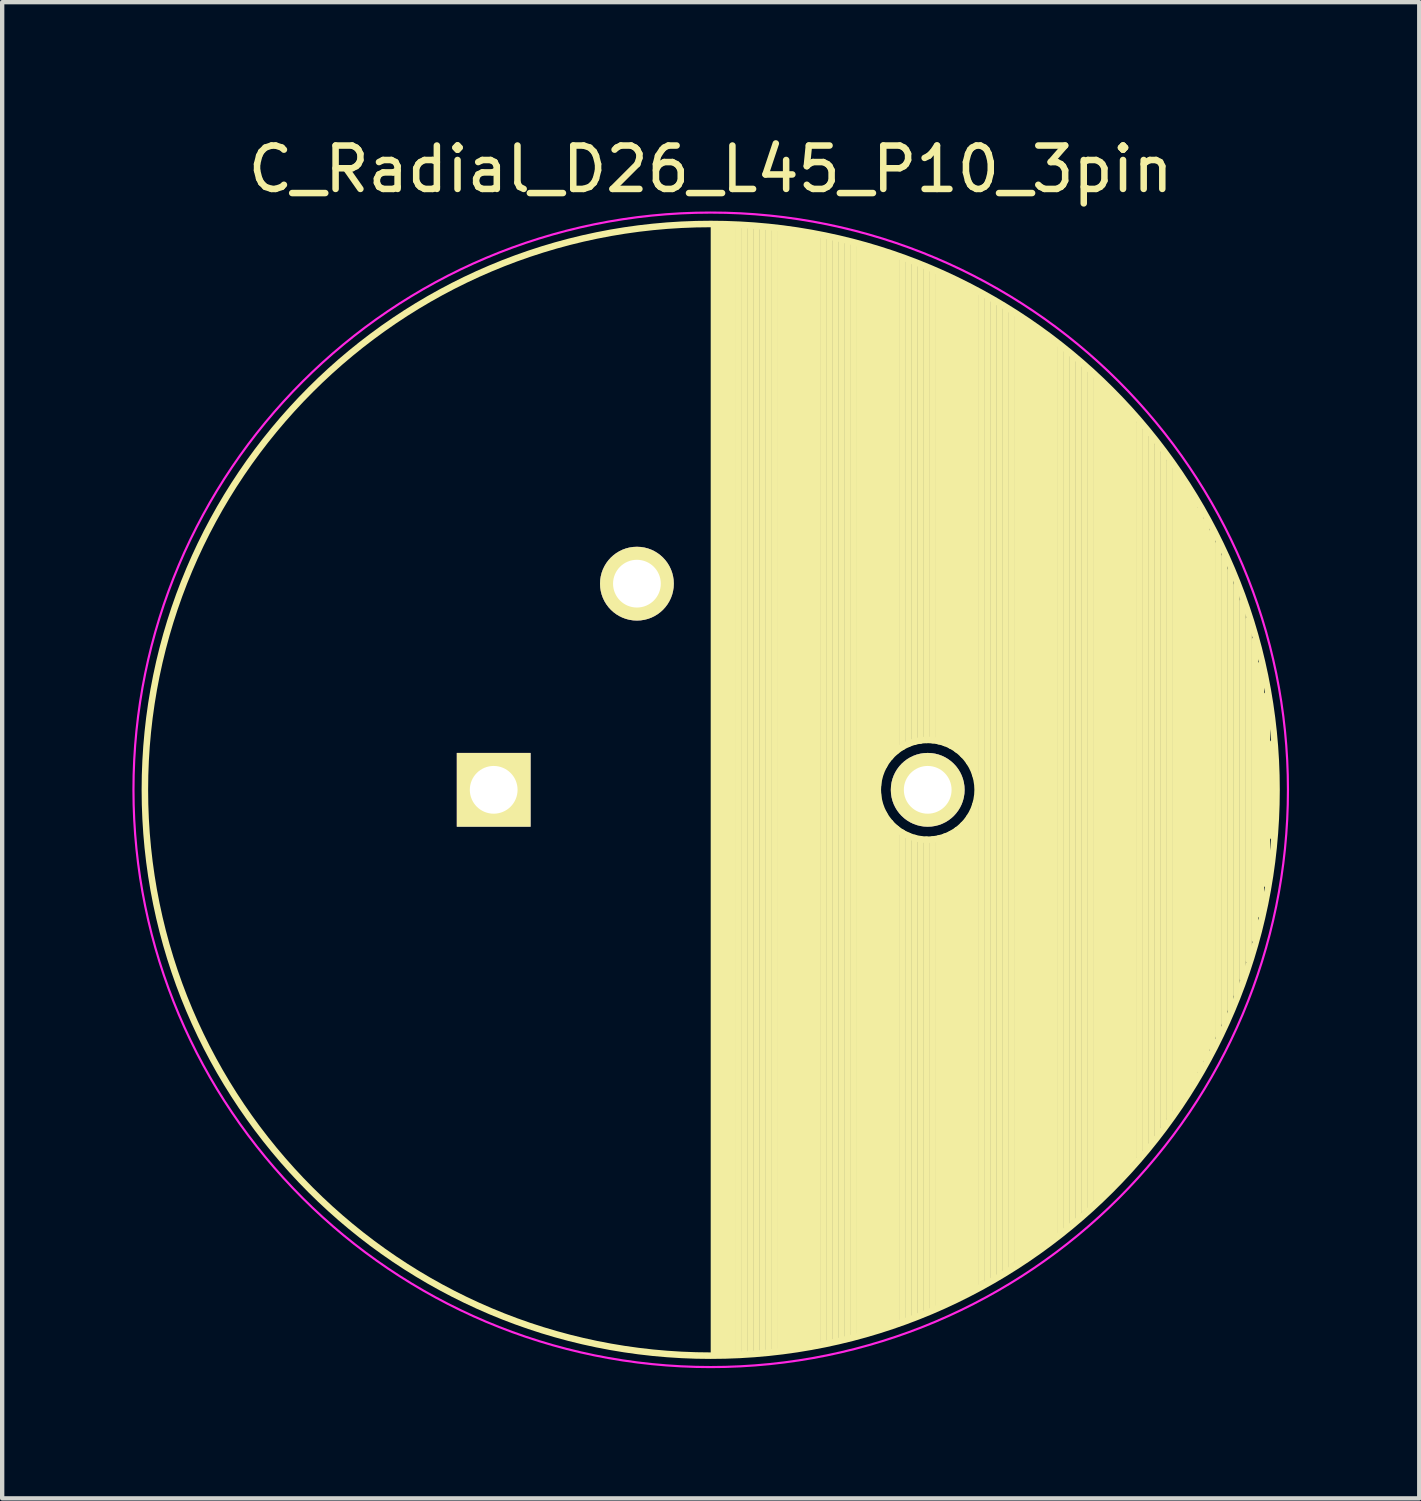
<source format=kicad_pcb>
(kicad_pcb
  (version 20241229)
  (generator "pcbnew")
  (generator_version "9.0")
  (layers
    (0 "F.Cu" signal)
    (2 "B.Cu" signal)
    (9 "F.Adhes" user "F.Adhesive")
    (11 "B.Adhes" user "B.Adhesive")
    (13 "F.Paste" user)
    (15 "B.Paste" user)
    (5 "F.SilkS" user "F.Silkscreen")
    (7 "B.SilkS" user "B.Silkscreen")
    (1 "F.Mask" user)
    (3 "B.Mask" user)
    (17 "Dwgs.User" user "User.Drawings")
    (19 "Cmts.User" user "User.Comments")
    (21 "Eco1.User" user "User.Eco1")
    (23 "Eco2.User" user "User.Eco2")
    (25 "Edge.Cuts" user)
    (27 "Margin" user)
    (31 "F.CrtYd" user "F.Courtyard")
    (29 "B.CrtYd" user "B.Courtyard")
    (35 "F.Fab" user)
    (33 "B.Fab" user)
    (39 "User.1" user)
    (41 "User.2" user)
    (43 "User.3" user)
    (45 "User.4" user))
  (footprint "C_Radial_D26_L45_P10_3pin"
    (layer "F.Cu")
    (at 8.325 15.148)
    (property "Reference" "C_Radial_D26_L45_P10_3pin" (at 5 -14.3 0) (layer "F.SilkS") (effects (font (size 1 1) (thickness 0.15))))
    (attr through_hole)
    (fp_line (start 5.075 -13) (end 5.075 13) (stroke (width 0.15) (type solid)) (layer "F.SilkS"))
    (fp_line (start 5.215 -12.998) (end 5.215 12.998) (stroke (width 0.15) (type solid)) (layer "F.SilkS"))
    (fp_line (start 5.355 -12.995) (end 5.355 12.995) (stroke (width 0.15) (type solid)) (layer "F.SilkS"))
    (fp_line (start 5.495 -12.991) (end 5.495 12.991) (stroke (width 0.15) (type solid)) (layer "F.SilkS"))
    (fp_line (start 5.635 -12.984) (end 5.635 12.984) (stroke (width 0.15) (type solid)) (layer "F.SilkS"))
    (fp_line (start 5.775 -12.977) (end 5.775 12.977) (stroke (width 0.15) (type solid)) (layer "F.SilkS"))
    (fp_line (start 5.915 -12.968) (end 5.915 12.968) (stroke (width 0.15) (type solid)) (layer "F.SilkS"))
    (fp_line (start 6.055 -12.957) (end 6.055 12.957) (stroke (width 0.15) (type solid)) (layer "F.SilkS"))
    (fp_line (start 6.195 -12.945) (end 6.195 12.945) (stroke (width 0.15) (type solid)) (layer "F.SilkS"))
    (fp_line (start 6.335 -12.931) (end 6.335 12.931) (stroke (width 0.15) (type solid)) (layer "F.SilkS"))
    (fp_line (start 6.475 -12.916) (end 6.475 12.916) (stroke (width 0.15) (type solid)) (layer "F.SilkS"))
    (fp_line (start 6.615 -12.899) (end 6.615 12.899) (stroke (width 0.15) (type solid)) (layer "F.SilkS"))
    (fp_line (start 6.755 -12.881) (end 6.755 12.881) (stroke (width 0.15) (type solid)) (layer "F.SilkS"))
    (fp_line (start 6.895 -12.861) (end 6.895 12.861) (stroke (width 0.15) (type solid)) (layer "F.SilkS"))
    (fp_line (start 7.035 -12.84) (end 7.035 12.84) (stroke (width 0.15) (type solid)) (layer "F.SilkS"))
    (fp_line (start 7.175 -12.817) (end 7.175 12.817) (stroke (width 0.15) (type solid)) (layer "F.SilkS"))
    (fp_line (start 7.315 -12.792) (end 7.315 12.792) (stroke (width 0.15) (type solid)) (layer "F.SilkS"))
    (fp_line (start 7.455 -12.766) (end 7.455 12.766) (stroke (width 0.15) (type solid)) (layer "F.SilkS"))
    (fp_line (start 7.595 -12.738) (end 7.595 12.738) (stroke (width 0.15) (type solid)) (layer "F.SilkS"))
    (fp_line (start 7.735 -12.709) (end 7.735 12.709) (stroke (width 0.15) (type solid)) (layer "F.SilkS"))
    (fp_line (start 7.875 -12.678) (end 7.875 12.678) (stroke (width 0.15) (type solid)) (layer "F.SilkS"))
    (fp_line (start 8.015 -12.646) (end 8.015 12.646) (stroke (width 0.15) (type solid)) (layer "F.SilkS"))
    (fp_line (start 8.155 -12.611) (end 8.155 12.611) (stroke (width 0.15) (type solid)) (layer "F.SilkS"))
    (fp_line (start 8.295 -12.575) (end 8.295 12.575) (stroke (width 0.15) (type solid)) (layer "F.SilkS"))
    (fp_line (start 8.435 -12.538) (end 8.435 12.538) (stroke (width 0.15) (type solid)) (layer "F.SilkS"))
    (fp_line (start 8.575 -12.499) (end 8.575 12.499) (stroke (width 0.15) (type solid)) (layer "F.SilkS"))
    (fp_line (start 8.715 -12.458) (end 8.715 12.458) (stroke (width 0.15) (type solid)) (layer "F.SilkS"))
    (fp_line (start 8.855 -12.415) (end 8.855 -0.107) (stroke (width 0.15) (type solid)) (layer "F.SilkS"))
    (fp_line (start 8.855 0.107) (end 8.855 12.415) (stroke (width 0.15) (type solid)) (layer "F.SilkS"))
    (fp_line (start 8.995 -12.371) (end 8.995 -0.559) (stroke (width 0.15) (type solid)) (layer "F.SilkS"))
    (fp_line (start 8.995 0.559) (end 8.995 12.371) (stroke (width 0.15) (type solid)) (layer "F.SilkS"))
    (fp_line (start 9.135 -12.325) (end 9.135 -0.758) (stroke (width 0.15) (type solid)) (layer "F.SilkS"))
    (fp_line (start 9.135 0.758) (end 9.135 12.325) (stroke (width 0.15) (type solid)) (layer "F.SilkS"))
    (fp_line (start 9.275 -12.277) (end 9.275 -0.893) (stroke (width 0.15) (type solid)) (layer "F.SilkS"))
    (fp_line (start 9.275 0.893) (end 9.275 12.277) (stroke (width 0.15) (type solid)) (layer "F.SilkS"))
    (fp_line (start 9.415 -12.227) (end 9.415 -0.99) (stroke (width 0.15) (type solid)) (layer "F.SilkS"))
    (fp_line (start 9.415 0.99) (end 9.415 12.227) (stroke (width 0.15) (type solid)) (layer "F.SilkS"))
    (fp_line (start 9.555 -12.176) (end 9.555 -1.06) (stroke (width 0.15) (type solid)) (layer "F.SilkS"))
    (fp_line (start 9.555 1.06) (end 9.555 12.176) (stroke (width 0.15) (type solid)) (layer "F.SilkS"))
    (fp_line (start 9.695 -12.123) (end 9.695 -1.109) (stroke (width 0.15) (type solid)) (layer "F.SilkS"))
    (fp_line (start 9.695 1.109) (end 9.695 12.123) (stroke (width 0.15) (type solid)) (layer "F.SilkS"))
    (fp_line (start 9.835 -12.067) (end 9.835 -1.138) (stroke (width 0.15) (type solid)) (layer "F.SilkS"))
    (fp_line (start 9.835 1.138) (end 9.835 12.067) (stroke (width 0.15) (type solid)) (layer "F.SilkS"))
    (fp_line (start 9.975 -12.01) (end 9.975 -1.15) (stroke (width 0.15) (type solid)) (layer "F.SilkS"))
    (fp_line (start 9.975 1.15) (end 9.975 12.01) (stroke (width 0.15) (type solid)) (layer "F.SilkS"))
    (fp_line (start 10.115 -11.951) (end 10.115 -1.144) (stroke (width 0.15) (type solid)) (layer "F.SilkS"))
    (fp_line (start 10.115 1.144) (end 10.115 11.951) (stroke (width 0.15) (type solid)) (layer "F.SilkS"))
    (fp_line (start 10.255 -11.891) (end 10.255 -1.121) (stroke (width 0.15) (type solid)) (layer "F.SilkS"))
    (fp_line (start 10.255 1.121) (end 10.255 11.891) (stroke (width 0.15) (type solid)) (layer "F.SilkS"))
    (fp_line (start 10.395 -11.828) (end 10.395 -1.08) (stroke (width 0.15) (type solid)) (layer "F.SilkS"))
    (fp_line (start 10.395 1.08) (end 10.395 11.828) (stroke (width 0.15) (type solid)) (layer "F.SilkS"))
    (fp_line (start 10.535 -11.763) (end 10.535 -1.018) (stroke (width 0.15) (type solid)) (layer "F.SilkS"))
    (fp_line (start 10.535 1.018) (end 10.535 11.763) (stroke (width 0.15) (type solid)) (layer "F.SilkS"))
    (fp_line (start 10.675 -11.696) (end 10.675 -0.931) (stroke (width 0.15) (type solid)) (layer "F.SilkS"))
    (fp_line (start 10.675 0.931) (end 10.675 11.696) (stroke (width 0.15) (type solid)) (layer "F.SilkS"))
    (fp_line (start 10.815 -11.627) (end 10.815 -0.811) (stroke (width 0.15) (type solid)) (layer "F.SilkS"))
    (fp_line (start 10.815 0.811) (end 10.815 11.627) (stroke (width 0.15) (type solid)) (layer "F.SilkS"))
    (fp_line (start 10.955 -11.556) (end 10.955 -0.641) (stroke (width 0.15) (type solid)) (layer "F.SilkS"))
    (fp_line (start 10.955 0.641) (end 10.955 11.556) (stroke (width 0.15) (type solid)) (layer "F.SilkS"))
    (fp_line (start 11.095 -11.483) (end 11.095 -0.351) (stroke (width 0.15) (type solid)) (layer "F.SilkS"))
    (fp_line (start 11.095 0.351) (end 11.095 11.483) (stroke (width 0.15) (type solid)) (layer "F.SilkS"))
    (fp_line (start 11.235 -11.407) (end 11.235 11.407) (stroke (width 0.15) (type solid)) (layer "F.SilkS"))
    (fp_line (start 11.375 -11.33) (end 11.375 11.33) (stroke (width 0.15) (type solid)) (layer "F.SilkS"))
    (fp_line (start 11.515 -11.25) (end 11.515 11.25) (stroke (width 0.15) (type solid)) (layer "F.SilkS"))
    (fp_line (start 11.655 -11.167) (end 11.655 11.167) (stroke (width 0.15) (type solid)) (layer "F.SilkS"))
    (fp_line (start 11.795 -11.083) (end 11.795 11.083) (stroke (width 0.15) (type solid)) (layer "F.SilkS"))
    (fp_line (start 11.935 -10.996) (end 11.935 10.996) (stroke (width 0.15) (type solid)) (layer "F.SilkS"))
    (fp_line (start 12.075 -10.906) (end 12.075 10.906) (stroke (width 0.15) (type solid)) (layer "F.SilkS"))
    (fp_line (start 12.215 -10.814) (end 12.215 10.814) (stroke (width 0.15) (type solid)) (layer "F.SilkS"))
    (fp_line (start 12.355 -10.719) (end 12.355 10.719) (stroke (width 0.15) (type solid)) (layer "F.SilkS"))
    (fp_line (start 12.495 -10.622) (end 12.495 10.622) (stroke (width 0.15) (type solid)) (layer "F.SilkS"))
    (fp_line (start 12.635 -10.522) (end 12.635 10.522) (stroke (width 0.15) (type solid)) (layer "F.SilkS"))
    (fp_line (start 12.775 -10.419) (end 12.775 10.419) (stroke (width 0.15) (type solid)) (layer "F.SilkS"))
    (fp_line (start 12.915 -10.313) (end 12.915 10.313) (stroke (width 0.15) (type solid)) (layer "F.SilkS"))
    (fp_line (start 13.055 -10.204) (end 13.055 10.204) (stroke (width 0.15) (type solid)) (layer "F.SilkS"))
    (fp_line (start 13.195 -10.092) (end 13.195 10.092) (stroke (width 0.15) (type solid)) (layer "F.SilkS"))
    (fp_line (start 13.335 -9.976) (end 13.335 9.976) (stroke (width 0.15) (type solid)) (layer "F.SilkS"))
    (fp_line (start 13.475 -9.858) (end 13.475 9.858) (stroke (width 0.15) (type solid)) (layer "F.SilkS"))
    (fp_line (start 13.615 -9.736) (end 13.615 9.736) (stroke (width 0.15) (type solid)) (layer "F.SilkS"))
    (fp_line (start 13.755 -9.61) (end 13.755 9.61) (stroke (width 0.15) (type solid)) (layer "F.SilkS"))
    (fp_line (start 13.895 -9.48) (end 13.895 9.48) (stroke (width 0.15) (type solid)) (layer "F.SilkS"))
    (fp_line (start 14.035 -9.347) (end 14.035 9.347) (stroke (width 0.15) (type solid)) (layer "F.SilkS"))
    (fp_line (start 14.175 -9.21) (end 14.175 9.21) (stroke (width 0.15) (type solid)) (layer "F.SilkS"))
    (fp_line (start 14.315 -9.068) (end 14.315 9.068) (stroke (width 0.15) (type solid)) (layer "F.SilkS"))
    (fp_line (start 14.455 -8.922) (end 14.455 8.922) (stroke (width 0.15) (type solid)) (layer "F.SilkS"))
    (fp_line (start 14.595 -8.771) (end 14.595 8.771) (stroke (width 0.15) (type solid)) (layer "F.SilkS"))
    (fp_line (start 14.735 -8.616) (end 14.735 8.616) (stroke (width 0.15) (type solid)) (layer "F.SilkS"))
    (fp_line (start 14.875 -8.455) (end 14.875 8.455) (stroke (width 0.15) (type solid)) (layer "F.SilkS"))
    (fp_line (start 15.015 -8.289) (end 15.015 8.289) (stroke (width 0.15) (type solid)) (layer "F.SilkS"))
    (fp_line (start 15.155 -8.116) (end 15.155 8.116) (stroke (width 0.15) (type solid)) (layer "F.SilkS"))
    (fp_line (start 15.295 -7.938) (end 15.295 7.938) (stroke (width 0.15) (type solid)) (layer "F.SilkS"))
    (fp_line (start 15.435 -7.753) (end 15.435 7.753) (stroke (width 0.15) (type solid)) (layer "F.SilkS"))
    (fp_line (start 15.575 -7.561) (end 15.575 7.561) (stroke (width 0.15) (type solid)) (layer "F.SilkS"))
    (fp_line (start 15.715 -7.361) (end 15.715 7.361) (stroke (width 0.15) (type solid)) (layer "F.SilkS"))
    (fp_line (start 15.855 -7.153) (end 15.855 7.153) (stroke (width 0.15) (type solid)) (layer "F.SilkS"))
    (fp_line (start 15.995 -6.936) (end 15.995 6.936) (stroke (width 0.15) (type solid)) (layer "F.SilkS"))
    (fp_line (start 16.135 -6.709) (end 16.135 6.709) (stroke (width 0.15) (type solid)) (layer "F.SilkS"))
    (fp_line (start 16.275 -6.471) (end 16.275 6.471) (stroke (width 0.15) (type solid)) (layer "F.SilkS"))
    (fp_line (start 16.415 -6.221) (end 16.415 6.221) (stroke (width 0.15) (type solid)) (layer "F.SilkS"))
    (fp_line (start 16.555 -5.957) (end 16.555 5.957) (stroke (width 0.15) (type solid)) (layer "F.SilkS"))
    (fp_line (start 16.695 -5.677) (end 16.695 5.677) (stroke (width 0.15) (type solid)) (layer "F.SilkS"))
    (fp_line (start 16.835 -5.379) (end 16.835 5.379) (stroke (width 0.15) (type solid)) (layer "F.SilkS"))
    (fp_line (start 16.975 -5.06) (end 16.975 5.06) (stroke (width 0.15) (type solid)) (layer "F.SilkS"))
    (fp_line (start 17.115 -4.715) (end 17.115 4.715) (stroke (width 0.15) (type solid)) (layer "F.SilkS"))
    (fp_line (start 17.255 -4.338) (end 17.255 4.338) (stroke (width 0.15) (type solid)) (layer "F.SilkS"))
    (fp_line (start 17.395 -3.92) (end 17.395 3.92) (stroke (width 0.15) (type solid)) (layer "F.SilkS"))
    (fp_line (start 17.535 -3.446) (end 17.535 3.446) (stroke (width 0.15) (type solid)) (layer "F.SilkS"))
    (fp_line (start 17.675 -2.889) (end 17.675 2.889) (stroke (width 0.15) (type solid)) (layer "F.SilkS"))
    (fp_line (start 17.815 -2.185) (end 17.815 2.185) (stroke (width 0.15) (type solid)) (layer "F.SilkS"))
    (fp_line (start 17.955 -1.081) (end 17.955 1.081) (stroke (width 0.15) (type solid)) (layer "F.SilkS"))
    (fp_circle (center 5 0) (end 5 -13.037) (stroke (width 0.15) (type solid)) (fill no) (layer "F.SilkS"))
    (fp_circle (center 10 0) (end 10 -1.15) (stroke (width 0.15) (type solid)) (fill no) (layer "F.SilkS"))
    (fp_circle (center 5 0) (end 5 -13.3) (stroke (width 0.05) (type solid)) (fill no) (layer "F.CrtYd"))
    (pad "1" thru_hole rect (at 0 0) (size 1.7 1.7) (drill 1.1) (layers "*.Cu" "*.Mask" "F.SilkS"))
    (pad "2" thru_hole circle (at 10 0) (size 1.7 1.7) (drill 1.1) (layers "*.Cu" "*.Mask" "F.SilkS"))
    (pad "3" thru_hole circle (at 3.3 -4.75) (size 1.7 1.7) (drill 1.1) (layers "*.Cu" "*.Mask" "F.SilkS")))
  (gr_rect
    (start -3 -3)
    (end 29.65 31.473)
    (stroke (width 0.1) (type default))
    (fill no)
    (layer "Edge.Cuts")))
</source>
